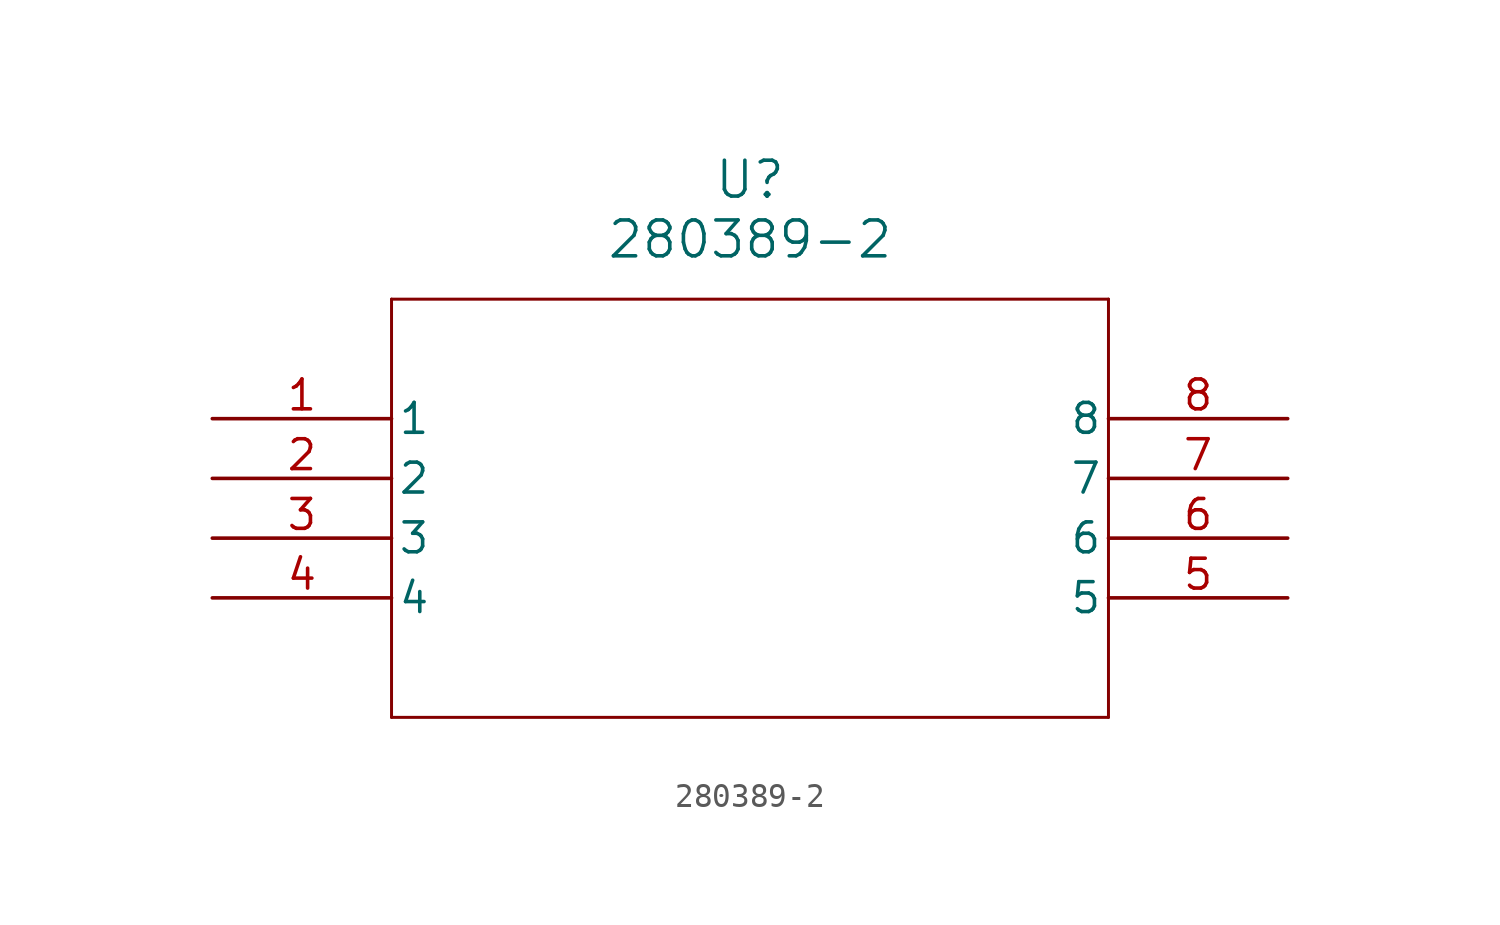
<source format=kicad_sym>
(kicad_symbol_lib
  (version 20211014)
  (generator kicad_symbol_editor)
  (symbol "280389-2"
    (pin_names
      (offset 0.254))
    (property "Reference" "U"
      (at 22.86 10.16 0)
      (effects (font (size 1.524 1.524))))
    (property "Value" "280389-2"
      (at 22.86 7.62 0)
      (effects (font (size 1.524 1.524))))
    (symbol "280389-2_0_1"
      (polyline (pts (xy 7.62 5.08) (xy 7.62 -12.7)) (stroke (width 0.127) (type default) (color 0 0 0 0)) (fill (type none)))
      (polyline (pts (xy 7.62 -12.7) (xy 38.1 -12.7)) (stroke (width 0.127) (type default) (color 0 0 0 0)) (fill (type none)))
      (polyline (pts (xy 38.1 -12.7) (xy 38.1 5.08)) (stroke (width 0.127) (type default) (color 0 0 0 0)) (fill (type none)))
      (polyline (pts (xy 38.1 5.08) (xy 7.62 5.08)) (stroke (width 0.127) (type default) (color 0 0 0 0)) (fill (type none)))
      (pin unspecified line (at 0 0 0) (length 7.62) (name "1" (effects (font (size 1.27 1.27)))) (number "1" (effects (font (size 1.27 1.27)))))
      (pin unspecified line (at 0 -2.54 0) (length 7.62) (name "2" (effects (font (size 1.27 1.27)))) (number "2" (effects (font (size 1.27 1.27)))))
      (pin unspecified line (at 0 -5.08 0) (length 7.62) (name "3" (effects (font (size 1.27 1.27)))) (number "3" (effects (font (size 1.27 1.27)))))
      (pin unspecified line (at 0 -7.62 0) (length 7.62) (name "4" (effects (font (size 1.27 1.27)))) (number "4" (effects (font (size 1.27 1.27)))))
      (pin unspecified line (at 45.72 -7.62 180) (length 7.62) (name "5" (effects (font (size 1.27 1.27)))) (number "5" (effects (font (size 1.27 1.27)))))
      (pin unspecified line (at 45.72 -5.08 180) (length 7.62) (name "6" (effects (font (size 1.27 1.27)))) (number "6" (effects (font (size 1.27 1.27)))))
      (pin unspecified line (at 45.72 -2.54 180) (length 7.62) (name "7" (effects (font (size 1.27 1.27)))) (number "7" (effects (font (size 1.27 1.27)))))
      (pin unspecified line (at 45.72 0 180) (length 7.62) (name "8" (effects (font (size 1.27 1.27)))) (number "8" (effects (font (size 1.27 1.27))))))))
</source>
